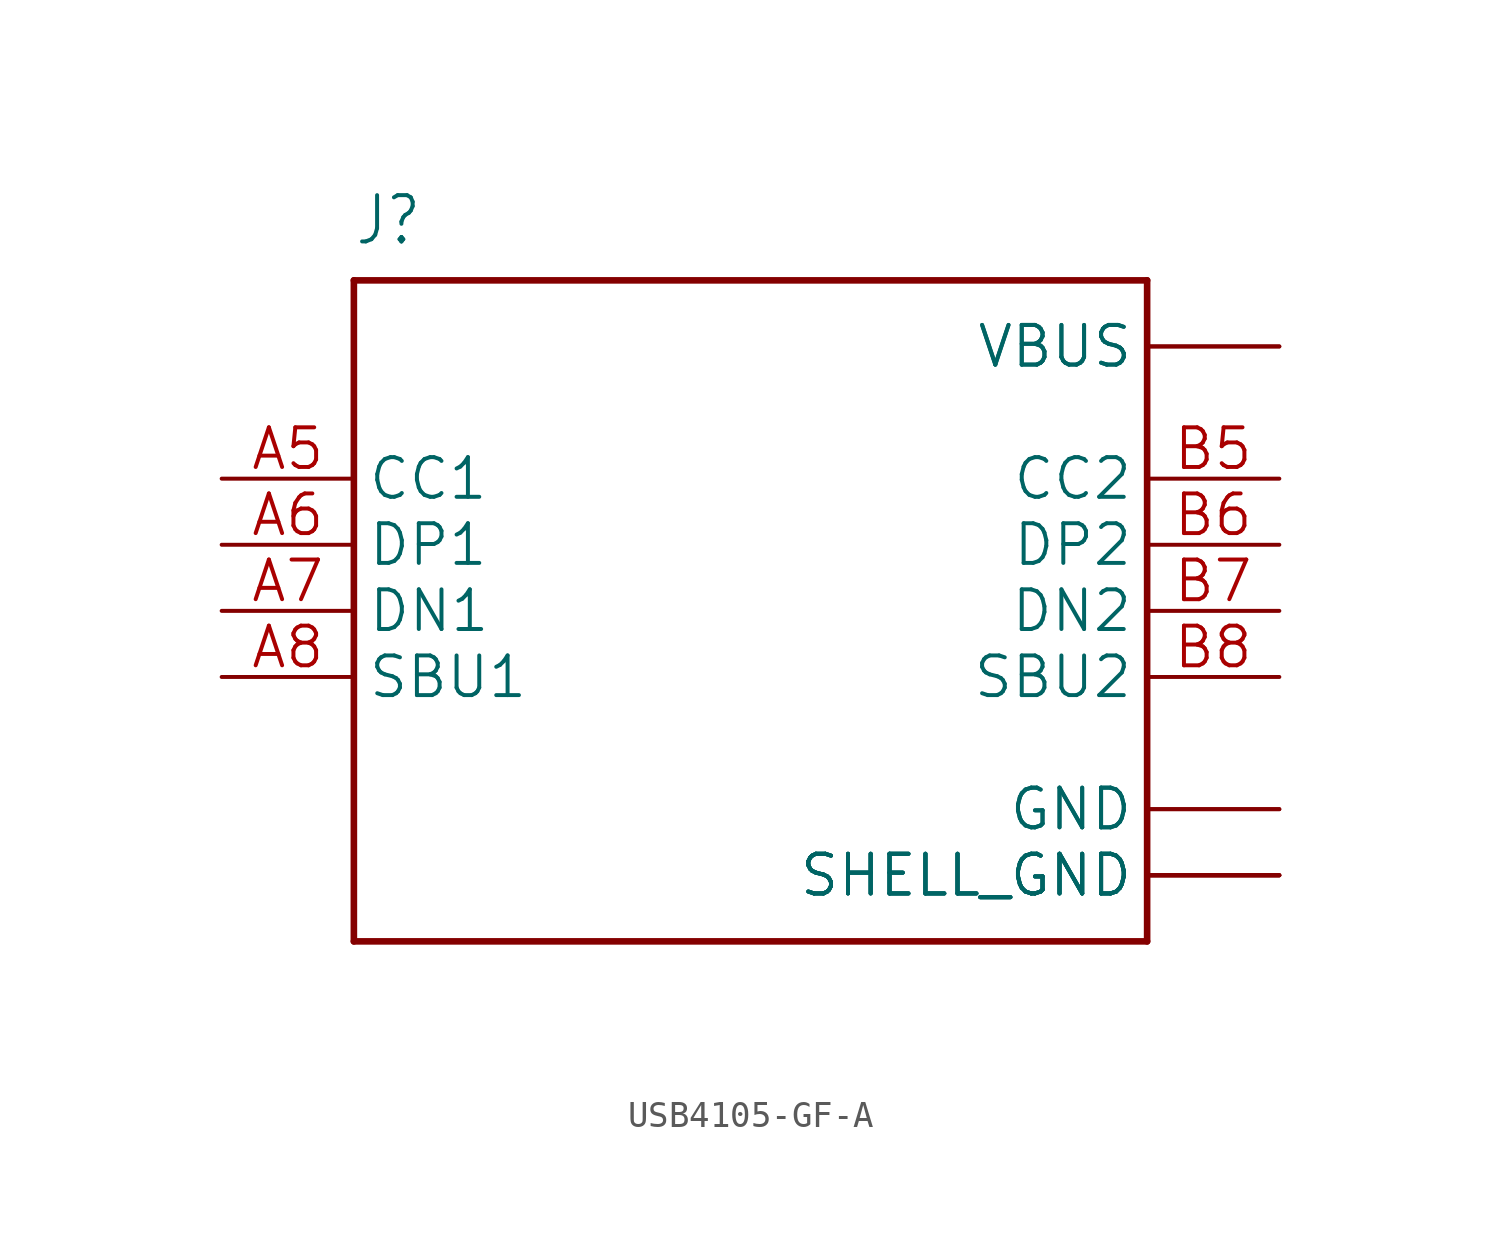
<source format=kicad_sym>
(kicad_symbol_lib
  (version 20241209)
  (generator "kicad_symbol_editor")
  (generator_version "9.0")
  (symbol "USB4105-GF-A"
    (property "Reference" "J"
      (at -15.24 13.97 0)
      (effects (font (size 1.778 1.511)) (justify left bottom)))
    (property "Value" ""
      (at -15.24 -15.24 0)
      (effects (font (size 1.778 1.511)) (justify left bottom)))
    (property "ki_locked" ""
      (at 0 0 0)
      (effects (font (size 1.27 1.27))))
    (symbol "USB4105-GF-A_1_0"
      (polyline (pts (xy -15.24 12.7) (xy 15.24 12.7)) (stroke (width 0.254) (type solid)) (fill (type none)))
      (polyline (pts (xy -15.24 -12.7) (xy -15.24 12.7)) (stroke (width 0.254) (type solid)) (fill (type none)))
      (polyline (pts (xy 15.24 12.7) (xy 15.24 -12.7)) (stroke (width 0.254) (type solid)) (fill (type none)))
      (polyline (pts (xy 15.24 -12.7) (xy -15.24 -12.7)) (stroke (width 0.254) (type solid)) (fill (type none)))
      (pin bidirectional line (at -20.32 5.08 0) (length 5.08) (name "CC1" (effects (font (size 1.524 1.524)))) (number "A5" (effects (font (size 1.524 1.524)))))
      (pin bidirectional line (at -20.32 2.54 0) (length 5.08) (name "DP1" (effects (font (size 1.524 1.524)))) (number "A6" (effects (font (size 1.524 1.524)))))
      (pin bidirectional line (at -20.32 0 0) (length 5.08) (name "DN1" (effects (font (size 1.524 1.524)))) (number "A7" (effects (font (size 1.524 1.524)))))
      (pin bidirectional line (at -20.32 -2.54 0) (length 5.08) (name "SBU1" (effects (font (size 1.524 1.524)))) (number "A8" (effects (font (size 1.524 1.524)))))
      (pin power_in line (at 20.32 10.16 180) (length 5.08) (name "VBUS" (effects (font (size 1.524 1.524)))) (number "A4_B9" (effects (font (size 0 0)))))
      (pin power_in line (at 20.32 10.16 180) (length 5.08) (name "VBUS" (effects (font (size 1.524 1.524)))) (number "B4_A9" (effects (font (size 0 0)))))
      (pin bidirectional line (at 20.32 5.08 180) (length 5.08) (name "CC2" (effects (font (size 1.524 1.524)))) (number "B5" (effects (font (size 1.524 1.524)))))
      (pin bidirectional line (at 20.32 2.54 180) (length 5.08) (name "DP2" (effects (font (size 1.524 1.524)))) (number "B6" (effects (font (size 1.524 1.524)))))
      (pin bidirectional line (at 20.32 0 180) (length 5.08) (name "DN2" (effects (font (size 1.524 1.524)))) (number "B7" (effects (font (size 1.524 1.524)))))
      (pin bidirectional line (at 20.32 -2.54 180) (length 5.08) (name "SBU2" (effects (font (size 1.524 1.524)))) (number "B8" (effects (font (size 1.524 1.524)))))
      (pin power_in line (at 20.32 -7.62 180) (length 5.08) (name "GND" (effects (font (size 1.524 1.524)))) (number "A1_B12" (effects (font (size 0 0)))))
      (pin power_in line (at 20.32 -7.62 180) (length 5.08) (name "GND" (effects (font (size 1.524 1.524)))) (number "B1_A12" (effects (font (size 0 0)))))
      (pin power_in line (at 20.32 -10.16 180) (length 5.08) (name "SHELL_GND" (effects (font (size 1.524 1.524)))) (number "S1" (effects (font (size 0 0)))))
      (pin power_in line (at 20.32 -10.16 180) (length 5.08) (name "SHELL_GND" (effects (font (size 1.524 1.524)))) (number "S2" (effects (font (size 0 0)))))
      (pin power_in line (at 20.32 -10.16 180) (length 5.08) (name "SHELL_GND" (effects (font (size 1.524 1.524)))) (number "S3" (effects (font (size 0 0)))))
      (pin power_in line (at 20.32 -10.16 180) (length 5.08) (name "SHELL_GND" (effects (font (size 1.524 1.524)))) (number "S4" (effects (font (size 0 0))))))))
</source>
